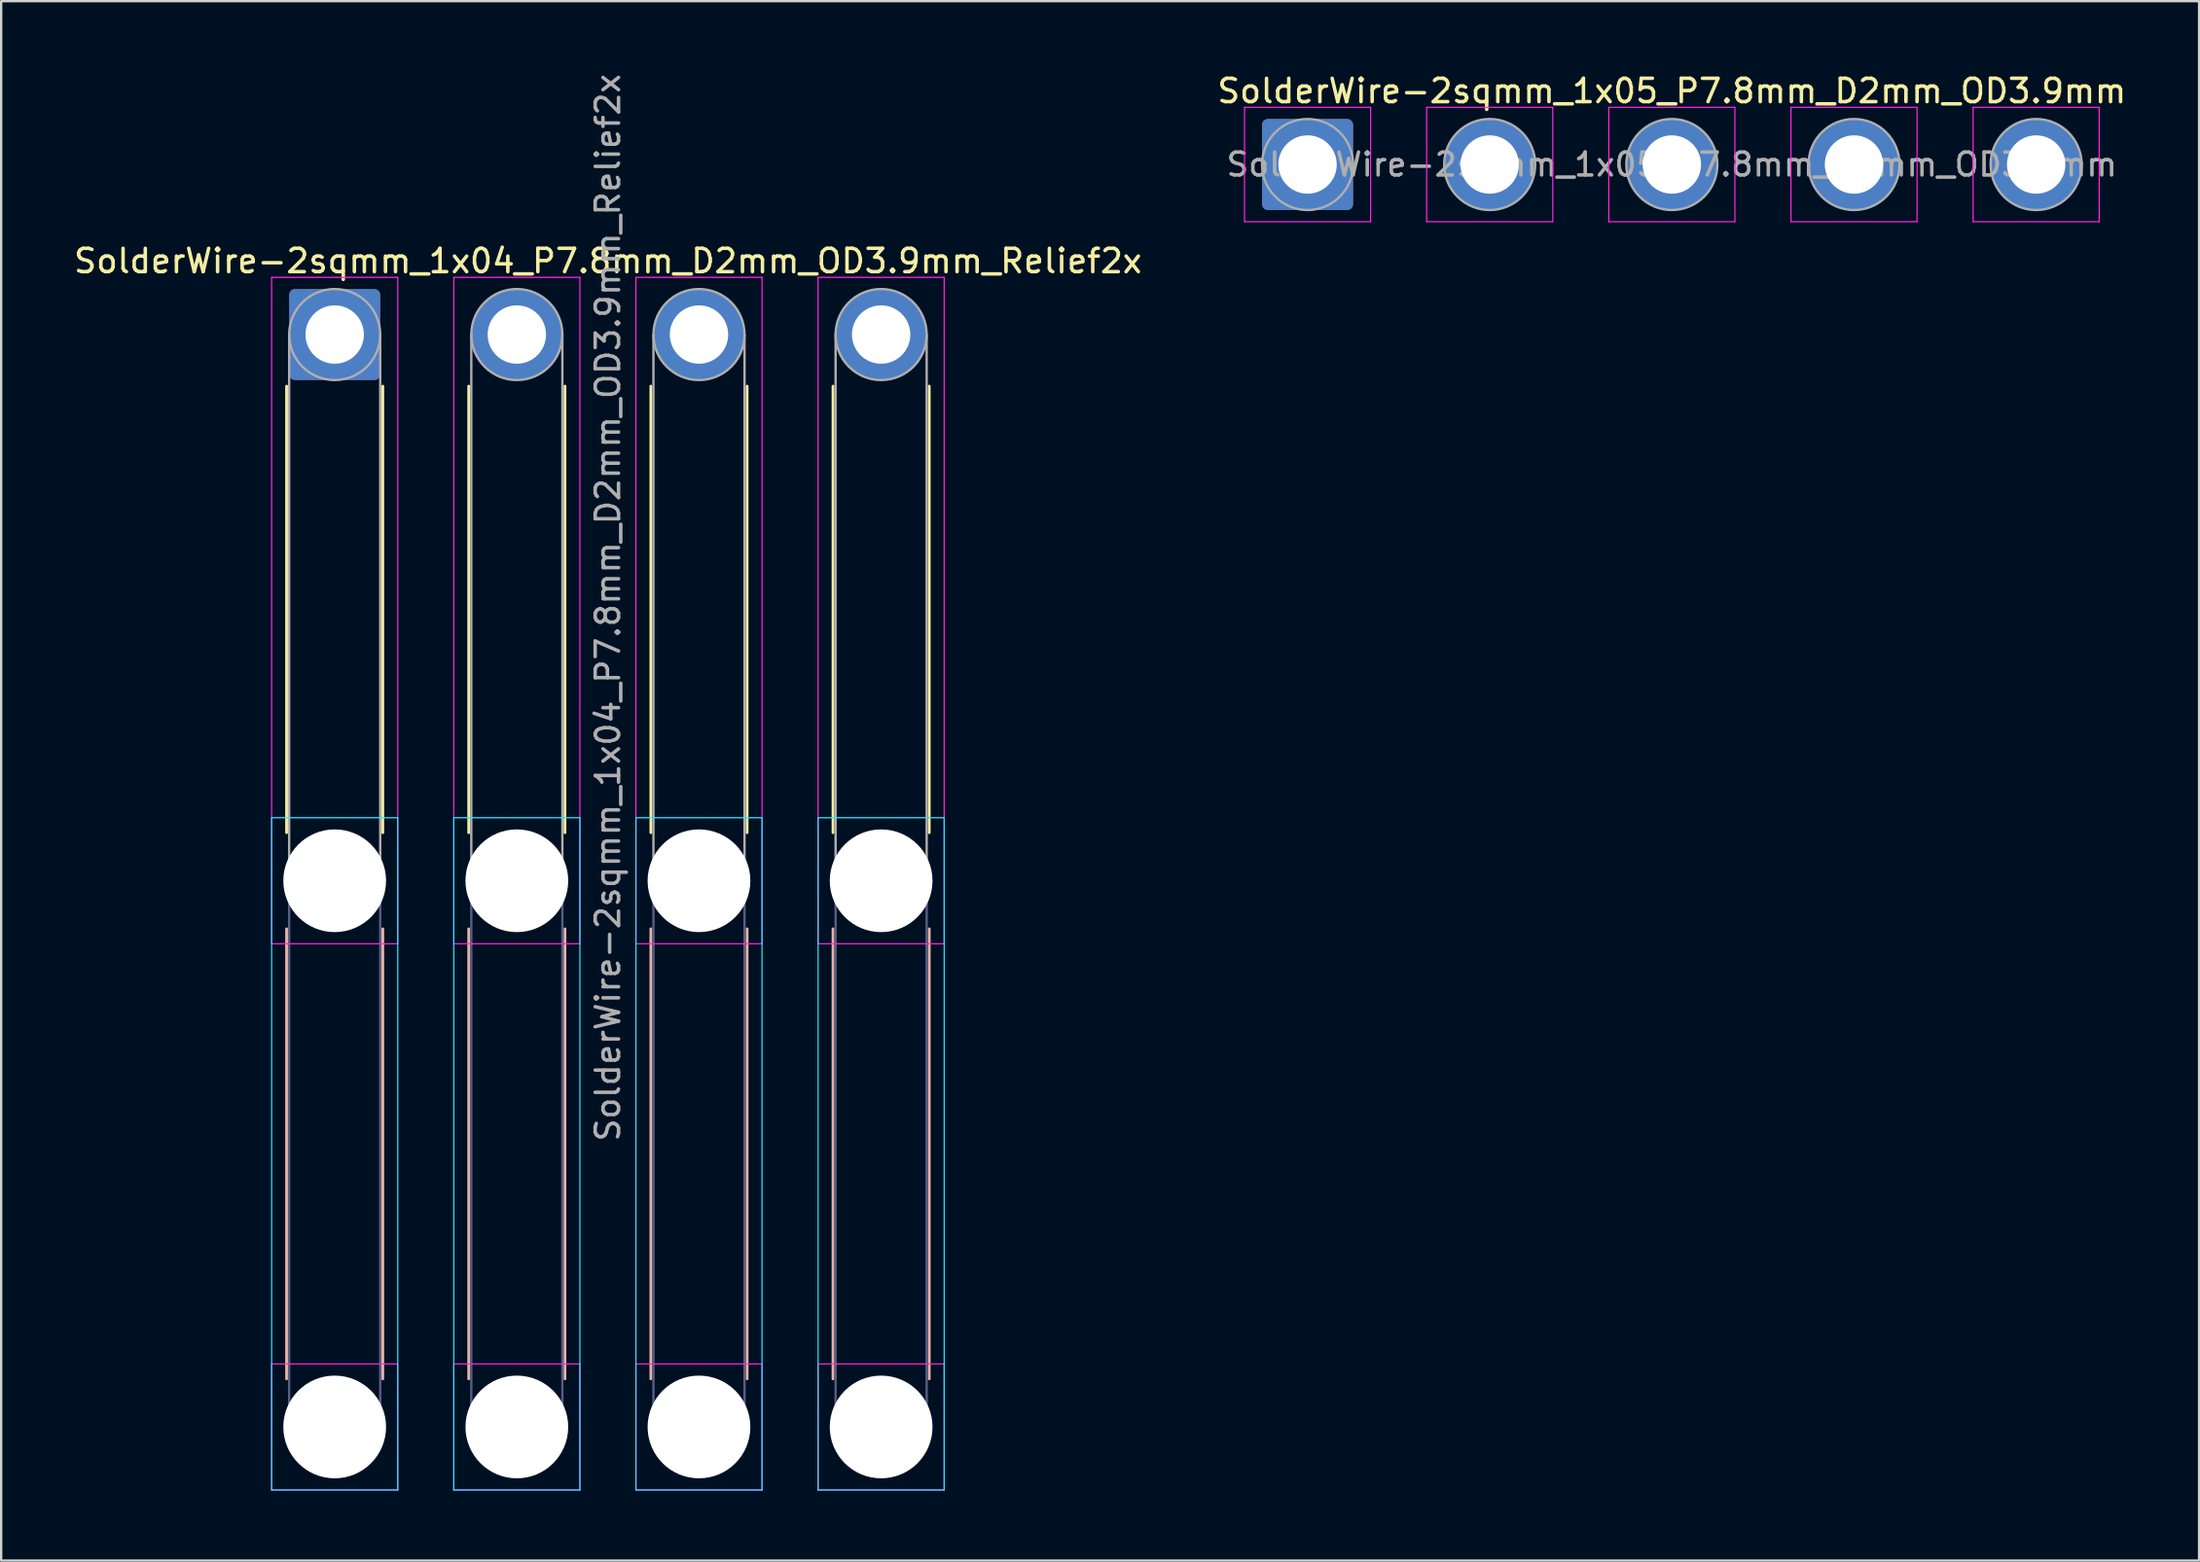
<source format=kicad_pcb>
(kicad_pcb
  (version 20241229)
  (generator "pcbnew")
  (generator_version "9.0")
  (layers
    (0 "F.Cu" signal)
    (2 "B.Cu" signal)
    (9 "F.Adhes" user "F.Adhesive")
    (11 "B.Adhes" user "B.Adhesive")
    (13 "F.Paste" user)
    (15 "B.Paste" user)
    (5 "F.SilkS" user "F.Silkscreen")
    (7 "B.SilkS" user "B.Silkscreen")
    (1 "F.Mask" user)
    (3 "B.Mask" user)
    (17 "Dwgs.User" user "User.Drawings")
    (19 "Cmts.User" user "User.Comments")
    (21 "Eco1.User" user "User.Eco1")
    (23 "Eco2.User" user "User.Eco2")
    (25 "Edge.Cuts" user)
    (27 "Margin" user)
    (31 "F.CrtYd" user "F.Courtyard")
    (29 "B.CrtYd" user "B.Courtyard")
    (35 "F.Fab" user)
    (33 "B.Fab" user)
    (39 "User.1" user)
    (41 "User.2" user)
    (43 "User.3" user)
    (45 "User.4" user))
  (footprint "SolderWire-2sqmm_1x05_P7.8mm_D2mm_OD3.9mm"
    (layer "F.Cu")
    (at 52.942 3.998)
    (property "Reference" "SolderWire-2sqmm_1x05_P7.8mm_D2mm_OD3.9mm" (at 15.6 -3.15 0) (layer "F.SilkS") (effects (font (size 1 1) (thickness 0.15))))
    (attr exclude_from_pos_files exclude_from_bom)
    (fp_line (start -2.7 -2.45) (end -2.7 2.45) (stroke (width 0.05) (type solid)) (layer "F.CrtYd"))
    (fp_line (start -2.7 2.45) (end 2.7 2.45) (stroke (width 0.05) (type solid)) (layer "F.CrtYd"))
    (fp_line (start 2.7 -2.45) (end -2.7 -2.45) (stroke (width 0.05) (type solid)) (layer "F.CrtYd"))
    (fp_line (start 2.7 2.45) (end 2.7 -2.45) (stroke (width 0.05) (type solid)) (layer "F.CrtYd"))
    (fp_line (start 5.1 -2.45) (end 5.1 2.45) (stroke (width 0.05) (type solid)) (layer "F.CrtYd"))
    (fp_line (start 5.1 2.45) (end 10.5 2.45) (stroke (width 0.05) (type solid)) (layer "F.CrtYd"))
    (fp_line (start 10.5 -2.45) (end 5.1 -2.45) (stroke (width 0.05) (type solid)) (layer "F.CrtYd"))
    (fp_line (start 10.5 2.45) (end 10.5 -2.45) (stroke (width 0.05) (type solid)) (layer "F.CrtYd"))
    (fp_line (start 12.9 -2.45) (end 12.9 2.45) (stroke (width 0.05) (type solid)) (layer "F.CrtYd"))
    (fp_line (start 12.9 2.45) (end 18.3 2.45) (stroke (width 0.05) (type solid)) (layer "F.CrtYd"))
    (fp_line (start 18.3 -2.45) (end 12.9 -2.45) (stroke (width 0.05) (type solid)) (layer "F.CrtYd"))
    (fp_line (start 18.3 2.45) (end 18.3 -2.45) (stroke (width 0.05) (type solid)) (layer "F.CrtYd"))
    (fp_line (start 20.7 -2.45) (end 20.7 2.45) (stroke (width 0.05) (type solid)) (layer "F.CrtYd"))
    (fp_line (start 20.7 2.45) (end 26.1 2.45) (stroke (width 0.05) (type solid)) (layer "F.CrtYd"))
    (fp_line (start 26.1 -2.45) (end 20.7 -2.45) (stroke (width 0.05) (type solid)) (layer "F.CrtYd"))
    (fp_line (start 26.1 2.45) (end 26.1 -2.45) (stroke (width 0.05) (type solid)) (layer "F.CrtYd"))
    (fp_line (start 28.5 -2.45) (end 28.5 2.45) (stroke (width 0.05) (type solid)) (layer "F.CrtYd"))
    (fp_line (start 28.5 2.45) (end 33.9 2.45) (stroke (width 0.05) (type solid)) (layer "F.CrtYd"))
    (fp_line (start 33.9 -2.45) (end 28.5 -2.45) (stroke (width 0.05) (type solid)) (layer "F.CrtYd"))
    (fp_line (start 33.9 2.45) (end 33.9 -2.45) (stroke (width 0.05) (type solid)) (layer "F.CrtYd"))
    (fp_circle (center 0 0) (end 1.95 0) (stroke (width 0.1) (type solid)) (fill no) (layer "F.Fab"))
    (fp_circle (center 7.8 0) (end 9.75 0) (stroke (width 0.1) (type solid)) (fill no) (layer "F.Fab"))
    (fp_circle (center 15.6 0) (end 17.55 0) (stroke (width 0.1) (type solid)) (fill no) (layer "F.Fab"))
    (fp_circle (center 23.4 0) (end 25.35 0) (stroke (width 0.1) (type solid)) (fill no) (layer "F.Fab"))
    (fp_circle (center 31.2 0) (end 33.15 0) (stroke (width 0.1) (type solid)) (fill no) (layer "F.Fab"))
    (fp_text user "${REFERENCE}" (at 15.6 0 0) (layer "F.Fab") (effects (font (size 0.98 0.98) (thickness 0.15))))
    (pad "1" thru_hole roundrect (at 0 0) (size 3.9 3.9) (drill 2.5) (layers "*.Cu" "*.Mask") (roundrect_rratio 0.064))
    (pad "2" thru_hole circle (at 7.8 0) (size 3.9 3.9) (drill 2.5) (layers "*.Cu" "*.Mask"))
    (pad "3" thru_hole circle (at 15.6 0) (size 3.9 3.9) (drill 2.5) (layers "*.Cu" "*.Mask"))
    (pad "4" thru_hole circle (at 23.4 0) (size 3.9 3.9) (drill 2.5) (layers "*.Cu" "*.Mask"))
    (pad "5" thru_hole circle (at 31.2 0) (size 3.9 3.9) (drill 2.5) (layers "*.Cu" "*.Mask")))
  (footprint "SolderWire-2sqmm_1x04_P7.8mm_D2mm_OD3.9mm_Relief2x"
    (layer "F.Cu")
    (at 11.282 11.282)
    (property "Reference" "SolderWire-2sqmm_1x04_P7.8mm_D2mm_OD3.9mm_Relief2x" (at 11.7 -3.15 0) (layer "F.SilkS") (effects (font (size 1 1) (thickness 0.15))))
    (attr exclude_from_pos_files exclude_from_bom)
    (fp_line (start -2.06 2.21) (end -2.06 21.34) (stroke (width 0.12) (type solid)) (layer "F.SilkS"))
    (fp_line (start 2.06 2.21) (end 2.06 21.34) (stroke (width 0.12) (type solid)) (layer "F.SilkS"))
    (fp_line (start 5.74 2.21) (end 5.74 21.34) (stroke (width 0.12) (type solid)) (layer "F.SilkS"))
    (fp_line (start 9.86 2.21) (end 9.86 21.34) (stroke (width 0.12) (type solid)) (layer "F.SilkS"))
    (fp_line (start 13.54 2.21) (end 13.54 21.34) (stroke (width 0.12) (type solid)) (layer "F.SilkS"))
    (fp_line (start 17.66 2.21) (end 17.66 21.34) (stroke (width 0.12) (type solid)) (layer "F.SilkS"))
    (fp_line (start 21.34 2.21) (end 21.34 21.34) (stroke (width 0.12) (type solid)) (layer "F.SilkS"))
    (fp_line (start 25.46 2.21) (end 25.46 21.34) (stroke (width 0.12) (type solid)) (layer "F.SilkS"))
    (fp_line (start -2.06 25.46) (end -2.06 44.74) (stroke (width 0.12) (type solid)) (layer "B.SilkS"))
    (fp_line (start 2.06 25.46) (end 2.06 44.74) (stroke (width 0.12) (type solid)) (layer "B.SilkS"))
    (fp_line (start 5.74 25.46) (end 5.74 44.74) (stroke (width 0.12) (type solid)) (layer "B.SilkS"))
    (fp_line (start 9.86 25.46) (end 9.86 44.74) (stroke (width 0.12) (type solid)) (layer "B.SilkS"))
    (fp_line (start 13.54 25.46) (end 13.54 44.74) (stroke (width 0.12) (type solid)) (layer "B.SilkS"))
    (fp_line (start 17.66 25.46) (end 17.66 44.74) (stroke (width 0.12) (type solid)) (layer "B.SilkS"))
    (fp_line (start 21.34 25.46) (end 21.34 44.74) (stroke (width 0.12) (type solid)) (layer "B.SilkS"))
    (fp_line (start 25.46 25.46) (end 25.46 44.74) (stroke (width 0.12) (type solid)) (layer "B.SilkS"))
    (fp_line (start -2.7 20.7) (end -2.7 49.5) (stroke (width 0.05) (type solid)) (layer "B.CrtYd"))
    (fp_line (start -2.7 49.5) (end 2.7 49.5) (stroke (width 0.05) (type solid)) (layer "B.CrtYd"))
    (fp_line (start 2.7 20.7) (end -2.7 20.7) (stroke (width 0.05) (type solid)) (layer "B.CrtYd"))
    (fp_line (start 2.7 49.5) (end 2.7 20.7) (stroke (width 0.05) (type solid)) (layer "B.CrtYd"))
    (fp_line (start 5.1 20.7) (end 5.1 49.5) (stroke (width 0.05) (type solid)) (layer "B.CrtYd"))
    (fp_line (start 5.1 49.5) (end 10.5 49.5) (stroke (width 0.05) (type solid)) (layer "B.CrtYd"))
    (fp_line (start 10.5 20.7) (end 5.1 20.7) (stroke (width 0.05) (type solid)) (layer "B.CrtYd"))
    (fp_line (start 10.5 49.5) (end 10.5 20.7) (stroke (width 0.05) (type solid)) (layer "B.CrtYd"))
    (fp_line (start 12.9 20.7) (end 12.9 49.5) (stroke (width 0.05) (type solid)) (layer "B.CrtYd"))
    (fp_line (start 12.9 49.5) (end 18.3 49.5) (stroke (width 0.05) (type solid)) (layer "B.CrtYd"))
    (fp_line (start 18.3 20.7) (end 12.9 20.7) (stroke (width 0.05) (type solid)) (layer "B.CrtYd"))
    (fp_line (start 18.3 49.5) (end 18.3 20.7) (stroke (width 0.05) (type solid)) (layer "B.CrtYd"))
    (fp_line (start 20.7 20.7) (end 20.7 49.5) (stroke (width 0.05) (type solid)) (layer "B.CrtYd"))
    (fp_line (start 20.7 49.5) (end 26.1 49.5) (stroke (width 0.05) (type solid)) (layer "B.CrtYd"))
    (fp_line (start 26.1 20.7) (end 20.7 20.7) (stroke (width 0.05) (type solid)) (layer "B.CrtYd"))
    (fp_line (start 26.1 49.5) (end 26.1 20.7) (stroke (width 0.05) (type solid)) (layer "B.CrtYd"))
    (fp_line (start -2.7 -2.45) (end -2.7 26.1) (stroke (width 0.05) (type solid)) (layer "F.CrtYd"))
    (fp_line (start -2.7 26.1) (end 2.7 26.1) (stroke (width 0.05) (type solid)) (layer "F.CrtYd"))
    (fp_line (start -2.7 44.1) (end -2.7 49.5) (stroke (width 0.05) (type solid)) (layer "F.CrtYd"))
    (fp_line (start -2.7 49.5) (end 2.7 49.5) (stroke (width 0.05) (type solid)) (layer "F.CrtYd"))
    (fp_line (start 2.7 -2.45) (end -2.7 -2.45) (stroke (width 0.05) (type solid)) (layer "F.CrtYd"))
    (fp_line (start 2.7 26.1) (end 2.7 -2.45) (stroke (width 0.05) (type solid)) (layer "F.CrtYd"))
    (fp_line (start 2.7 44.1) (end -2.7 44.1) (stroke (width 0.05) (type solid)) (layer "F.CrtYd"))
    (fp_line (start 2.7 49.5) (end 2.7 44.1) (stroke (width 0.05) (type solid)) (layer "F.CrtYd"))
    (fp_line (start 5.1 -2.45) (end 5.1 26.1) (stroke (width 0.05) (type solid)) (layer "F.CrtYd"))
    (fp_line (start 5.1 26.1) (end 10.5 26.1) (stroke (width 0.05) (type solid)) (layer "F.CrtYd"))
    (fp_line (start 5.1 44.1) (end 5.1 49.5) (stroke (width 0.05) (type solid)) (layer "F.CrtYd"))
    (fp_line (start 5.1 49.5) (end 10.5 49.5) (stroke (width 0.05) (type solid)) (layer "F.CrtYd"))
    (fp_line (start 10.5 -2.45) (end 5.1 -2.45) (stroke (width 0.05) (type solid)) (layer "F.CrtYd"))
    (fp_line (start 10.5 26.1) (end 10.5 -2.45) (stroke (width 0.05) (type solid)) (layer "F.CrtYd"))
    (fp_line (start 10.5 44.1) (end 5.1 44.1) (stroke (width 0.05) (type solid)) (layer "F.CrtYd"))
    (fp_line (start 10.5 49.5) (end 10.5 44.1) (stroke (width 0.05) (type solid)) (layer "F.CrtYd"))
    (fp_line (start 12.9 -2.45) (end 12.9 26.1) (stroke (width 0.05) (type solid)) (layer "F.CrtYd"))
    (fp_line (start 12.9 26.1) (end 18.3 26.1) (stroke (width 0.05) (type solid)) (layer "F.CrtYd"))
    (fp_line (start 12.9 44.1) (end 12.9 49.5) (stroke (width 0.05) (type solid)) (layer "F.CrtYd"))
    (fp_line (start 12.9 49.5) (end 18.3 49.5) (stroke (width 0.05) (type solid)) (layer "F.CrtYd"))
    (fp_line (start 18.3 -2.45) (end 12.9 -2.45) (stroke (width 0.05) (type solid)) (layer "F.CrtYd"))
    (fp_line (start 18.3 26.1) (end 18.3 -2.45) (stroke (width 0.05) (type solid)) (layer "F.CrtYd"))
    (fp_line (start 18.3 44.1) (end 12.9 44.1) (stroke (width 0.05) (type solid)) (layer "F.CrtYd"))
    (fp_line (start 18.3 49.5) (end 18.3 44.1) (stroke (width 0.05) (type solid)) (layer "F.CrtYd"))
    (fp_line (start 20.7 -2.45) (end 20.7 26.1) (stroke (width 0.05) (type solid)) (layer "F.CrtYd"))
    (fp_line (start 20.7 26.1) (end 26.1 26.1) (stroke (width 0.05) (type solid)) (layer "F.CrtYd"))
    (fp_line (start 20.7 44.1) (end 20.7 49.5) (stroke (width 0.05) (type solid)) (layer "F.CrtYd"))
    (fp_line (start 20.7 49.5) (end 26.1 49.5) (stroke (width 0.05) (type solid)) (layer "F.CrtYd"))
    (fp_line (start 26.1 -2.45) (end 20.7 -2.45) (stroke (width 0.05) (type solid)) (layer "F.CrtYd"))
    (fp_line (start 26.1 26.1) (end 26.1 -2.45) (stroke (width 0.05) (type solid)) (layer "F.CrtYd"))
    (fp_line (start 26.1 44.1) (end 20.7 44.1) (stroke (width 0.05) (type solid)) (layer "F.CrtYd"))
    (fp_line (start 26.1 49.5) (end 26.1 44.1) (stroke (width 0.05) (type solid)) (layer "F.CrtYd"))
    (fp_line (start -1.95 23.4) (end -1.95 46.8) (stroke (width 0.1) (type solid)) (layer "B.Fab"))
    (fp_line (start 1.95 23.4) (end 1.95 46.8) (stroke (width 0.1) (type solid)) (layer "B.Fab"))
    (fp_line (start 5.85 23.4) (end 5.85 46.8) (stroke (width 0.1) (type solid)) (layer "B.Fab"))
    (fp_line (start 9.75 23.4) (end 9.75 46.8) (stroke (width 0.1) (type solid)) (layer "B.Fab"))
    (fp_line (start 13.65 23.4) (end 13.65 46.8) (stroke (width 0.1) (type solid)) (layer "B.Fab"))
    (fp_line (start 17.55 23.4) (end 17.55 46.8) (stroke (width 0.1) (type solid)) (layer "B.Fab"))
    (fp_line (start 21.45 23.4) (end 21.45 46.8) (stroke (width 0.1) (type solid)) (layer "B.Fab"))
    (fp_line (start 25.35 23.4) (end 25.35 46.8) (stroke (width 0.1) (type solid)) (layer "B.Fab"))
    (fp_circle (center 0 23.4) (end 1.95 23.4) (stroke (width 0.1) (type solid)) (fill no) (layer "B.Fab"))
    (fp_circle (center 0 46.8) (end 1.95 46.8) (stroke (width 0.1) (type solid)) (fill no) (layer "B.Fab"))
    (fp_circle (center 7.8 23.4) (end 9.75 23.4) (stroke (width 0.1) (type solid)) (fill no) (layer "B.Fab"))
    (fp_circle (center 7.8 46.8) (end 9.75 46.8) (stroke (width 0.1) (type solid)) (fill no) (layer "B.Fab"))
    (fp_circle (center 15.6 23.4) (end 17.55 23.4) (stroke (width 0.1) (type solid)) (fill no) (layer "B.Fab"))
    (fp_circle (center 15.6 46.8) (end 17.55 46.8) (stroke (width 0.1) (type solid)) (fill no) (layer "B.Fab"))
    (fp_circle (center 23.4 23.4) (end 25.35 23.4) (stroke (width 0.1) (type solid)) (fill no) (layer "B.Fab"))
    (fp_circle (center 23.4 46.8) (end 25.35 46.8) (stroke (width 0.1) (type solid)) (fill no) (layer "B.Fab"))
    (fp_line (start -1.95 0) (end -1.95 23.4) (stroke (width 0.1) (type solid)) (layer "F.Fab"))
    (fp_line (start 1.95 0) (end 1.95 23.4) (stroke (width 0.1) (type solid)) (layer "F.Fab"))
    (fp_line (start 5.85 0) (end 5.85 23.4) (stroke (width 0.1) (type solid)) (layer "F.Fab"))
    (fp_line (start 9.75 0) (end 9.75 23.4) (stroke (width 0.1) (type solid)) (layer "F.Fab"))
    (fp_line (start 13.65 0) (end 13.65 23.4) (stroke (width 0.1) (type solid)) (layer "F.Fab"))
    (fp_line (start 17.55 0) (end 17.55 23.4) (stroke (width 0.1) (type solid)) (layer "F.Fab"))
    (fp_line (start 21.45 0) (end 21.45 23.4) (stroke (width 0.1) (type solid)) (layer "F.Fab"))
    (fp_line (start 25.35 0) (end 25.35 23.4) (stroke (width 0.1) (type solid)) (layer "F.Fab"))
    (fp_circle (center 0 0) (end 1.95 0) (stroke (width 0.1) (type solid)) (fill no) (layer "F.Fab"))
    (fp_circle (center 0 23.4) (end 1.95 23.4) (stroke (width 0.1) (type solid)) (fill no) (layer "F.Fab"))
    (fp_circle (center 0 46.8) (end 1.95 46.8) (stroke (width 0.1) (type solid)) (fill no) (layer "F.Fab"))
    (fp_circle (center 7.8 0) (end 9.75 0) (stroke (width 0.1) (type solid)) (fill no) (layer "F.Fab"))
    (fp_circle (center 7.8 23.4) (end 9.75 23.4) (stroke (width 0.1) (type solid)) (fill no) (layer "F.Fab"))
    (fp_circle (center 7.8 46.8) (end 9.75 46.8) (stroke (width 0.1) (type solid)) (fill no) (layer "F.Fab"))
    (fp_circle (center 15.6 0) (end 17.55 0) (stroke (width 0.1) (type solid)) (fill no) (layer "F.Fab"))
    (fp_circle (center 15.6 23.4) (end 17.55 23.4) (stroke (width 0.1) (type solid)) (fill no) (layer "F.Fab"))
    (fp_circle (center 15.6 46.8) (end 17.55 46.8) (stroke (width 0.1) (type solid)) (fill no) (layer "F.Fab"))
    (fp_circle (center 23.4 0) (end 25.35 0) (stroke (width 0.1) (type solid)) (fill no) (layer "F.Fab"))
    (fp_circle (center 23.4 23.4) (end 25.35 23.4) (stroke (width 0.1) (type solid)) (fill no) (layer "F.Fab"))
    (fp_circle (center 23.4 46.8) (end 25.35 46.8) (stroke (width 0.1) (type solid)) (fill no) (layer "F.Fab"))
    (fp_text user "${REFERENCE}" (at 11.7 11.7 90) (layer "F.Fab") (effects (font (size 1 1) (thickness 0.15))))
    (pad "" np_thru_hole circle (at 0 23.4) (size 4.4 4.4) (drill 4.4) (layers "*.Cu" "*.Mask"))
    (pad "" np_thru_hole circle (at 0 46.8) (size 4.4 4.4) (drill 4.4) (layers "*.Cu" "*.Mask"))
    (pad "" np_thru_hole circle (at 7.8 23.4) (size 4.4 4.4) (drill 4.4) (layers "*.Cu" "*.Mask"))
    (pad "" np_thru_hole circle (at 7.8 46.8) (size 4.4 4.4) (drill 4.4) (layers "*.Cu" "*.Mask"))
    (pad "" np_thru_hole circle (at 15.6 23.4) (size 4.4 4.4) (drill 4.4) (layers "*.Cu" "*.Mask"))
    (pad "" np_thru_hole circle (at 15.6 46.8) (size 4.4 4.4) (drill 4.4) (layers "*.Cu" "*.Mask"))
    (pad "" np_thru_hole circle (at 23.4 23.4) (size 4.4 4.4) (drill 4.4) (layers "*.Cu" "*.Mask"))
    (pad "" np_thru_hole circle (at 23.4 46.8) (size 4.4 4.4) (drill 4.4) (layers "*.Cu" "*.Mask"))
    (pad "1" thru_hole roundrect (at 0 0) (size 3.9 3.9) (drill 2.5) (layers "*.Cu" "*.Mask") (roundrect_rratio 0.064))
    (pad "2" thru_hole circle (at 7.8 0) (size 3.9 3.9) (drill 2.5) (layers "*.Cu" "*.Mask"))
    (pad "3" thru_hole circle (at 15.6 0) (size 3.9 3.9) (drill 2.5) (layers "*.Cu" "*.Mask"))
    (pad "4" thru_hole circle (at 23.4 0) (size 3.9 3.9) (drill 2.5) (layers "*.Cu" "*.Mask")))
  (gr_rect
    (start -3 -3)
    (end 91.119 63.807)
    (stroke (width 0.1) (type default))
    (fill no)
    (layer "Edge.Cuts")))
</source>
